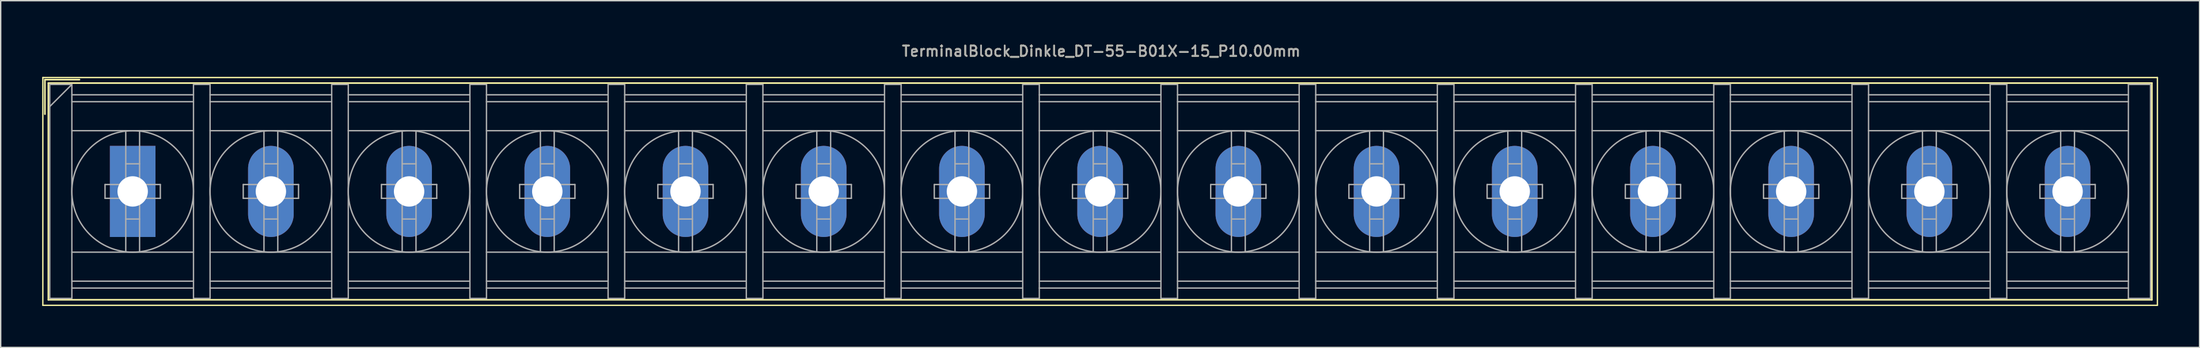
<source format=kicad_pcb>
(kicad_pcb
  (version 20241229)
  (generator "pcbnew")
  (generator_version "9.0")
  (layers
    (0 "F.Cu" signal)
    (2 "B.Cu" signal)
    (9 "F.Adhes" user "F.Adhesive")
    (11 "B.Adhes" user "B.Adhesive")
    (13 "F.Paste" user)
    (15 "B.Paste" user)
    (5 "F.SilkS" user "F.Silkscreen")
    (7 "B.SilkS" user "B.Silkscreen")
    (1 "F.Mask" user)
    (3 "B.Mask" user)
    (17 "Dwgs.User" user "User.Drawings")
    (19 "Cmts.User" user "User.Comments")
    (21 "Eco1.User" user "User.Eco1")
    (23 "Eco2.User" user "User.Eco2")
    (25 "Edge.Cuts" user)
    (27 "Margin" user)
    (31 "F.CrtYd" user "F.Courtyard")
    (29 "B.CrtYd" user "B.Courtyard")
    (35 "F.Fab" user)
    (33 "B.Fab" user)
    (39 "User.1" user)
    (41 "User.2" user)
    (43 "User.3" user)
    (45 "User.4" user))
  (footprint "TerminalBlock_Dinkle_DT-55-B01X-15_P10.00mm"
    (layer "F.Cu")
    (at 6.55 10.818)
    (property "Reference" "TerminalBlock_Dinkle_DT-55-B01X-15_P10.00mm" (at 70.08 -10.16 0) (layer "F.SilkS") (effects (font (size 0.75 0.75) (thickness 0.125))))
    (attr through_hole)
    (fp_line (start -6.5 -8.25) (end 146.5 -8.25) (stroke (width 0.1) (type solid)) (layer "F.SilkS"))
    (fp_line (start -6.5 8.25) (end -6.5 -8.25) (stroke (width 0.1) (type solid)) (layer "F.SilkS"))
    (fp_line (start -6.5 8.25) (end 146.5 8.25) (stroke (width 0.1) (type solid)) (layer "F.SilkS"))
    (fp_line (start -6.35 -8.1) (end -3.85 -8.1) (stroke (width 0.12) (type solid)) (layer "F.SilkS"))
    (fp_line (start -6.35 -5.6) (end -6.35 -8.1) (stroke (width 0.12) (type solid)) (layer "F.SilkS"))
    (fp_line (start -6.1 -7.85) (end 146.1 -7.85) (stroke (width 0.12) (type solid)) (layer "F.SilkS"))
    (fp_line (start -6.1 7.85) (end -6.1 -7.85) (stroke (width 0.12) (type solid)) (layer "F.SilkS"))
    (fp_line (start -6.1 7.85) (end 146.1 7.85) (stroke (width 0.12) (type solid)) (layer "F.SilkS"))
    (fp_line (start 146.1 -7.85) (end 146.1 7.85) (stroke (width 0.12) (type solid)) (layer "F.SilkS"))
    (fp_line (start 146.5 -8.25) (end 146.5 8.25) (stroke (width 0.1) (type solid)) (layer "F.SilkS"))
    (fp_line (start -6 -7.75) (end -6 7.75) (stroke (width 0.1) (type solid)) (layer "F.Fab"))
    (fp_line (start -6 -7.75) (end -4.4 -7.75) (stroke (width 0.1) (type solid)) (layer "F.Fab"))
    (fp_line (start -6 7.75) (end -4.4 7.75) (stroke (width 0.1) (type solid)) (layer "F.Fab"))
    (fp_line (start -4.4 -7.75) (end -6 -6.15) (stroke (width 0.1) (type solid)) (layer "F.Fab"))
    (fp_line (start -4.4 -7.75) (end -4.4 7.75) (stroke (width 0.1) (type solid)) (layer "F.Fab"))
    (fp_line (start -4.4 -7) (end 4.4 -7) (stroke (width 0.1) (type solid)) (layer "F.Fab"))
    (fp_line (start -4.4 -6.5) (end 4.4 -6.5) (stroke (width 0.1) (type solid)) (layer "F.Fab"))
    (fp_line (start -4.4 -4.4) (end 4.4 -4.4) (stroke (width 0.1) (type solid)) (layer "F.Fab"))
    (fp_line (start -4.4 4.4) (end 4.4 4.4) (stroke (width 0.1) (type solid)) (layer "F.Fab"))
    (fp_line (start -4.4 6.5) (end 4.4 6.5) (stroke (width 0.1) (type solid)) (layer "F.Fab"))
    (fp_line (start -4.4 7) (end 4.4 7) (stroke (width 0.1) (type solid)) (layer "F.Fab"))
    (fp_line (start -2 -0.5) (end -2 0.5) (stroke (width 0.1) (type solid)) (layer "F.Fab"))
    (fp_line (start -2 0.5) (end -0.5 0.5) (stroke (width 0.1) (type solid)) (layer "F.Fab"))
    (fp_line (start -0.5 -4.35) (end -0.5 -0.5) (stroke (width 0.1) (type solid)) (layer "F.Fab"))
    (fp_line (start -0.5 -2) (end 0.5 -2) (stroke (width 0.1) (type solid)) (layer "F.Fab"))
    (fp_line (start -0.5 -0.5) (end -2 -0.5) (stroke (width 0.1) (type solid)) (layer "F.Fab"))
    (fp_line (start -0.5 0.5) (end -0.5 4.35) (stroke (width 0.1) (type solid)) (layer "F.Fab"))
    (fp_line (start -0.5 2) (end 0.5 2) (stroke (width 0.1) (type solid)) (layer "F.Fab"))
    (fp_line (start 0.5 -4.35) (end 0.5 -0.5) (stroke (width 0.1) (type solid)) (layer "F.Fab"))
    (fp_line (start 0.5 -0.5) (end 2 -0.5) (stroke (width 0.1) (type solid)) (layer "F.Fab"))
    (fp_line (start 0.5 0.5) (end 0.5 4.35) (stroke (width 0.1) (type solid)) (layer "F.Fab"))
    (fp_line (start 2 -0.5) (end 2 0.5) (stroke (width 0.1) (type solid)) (layer "F.Fab"))
    (fp_line (start 2 0.5) (end 0.5 0.5) (stroke (width 0.1) (type solid)) (layer "F.Fab"))
    (fp_line (start 4.4 -7.75) (end 4.4 7.75) (stroke (width 0.1) (type solid)) (layer "F.Fab"))
    (fp_line (start 4.4 -7.75) (end 5.6 -7.75) (stroke (width 0.1) (type solid)) (layer "F.Fab"))
    (fp_line (start 4.4 7.75) (end 5.6 7.75) (stroke (width 0.1) (type solid)) (layer "F.Fab"))
    (fp_line (start 5.6 -7.75) (end 5.6 7.75) (stroke (width 0.1) (type solid)) (layer "F.Fab"))
    (fp_line (start 5.6 -7) (end 14.4 -7) (stroke (width 0.1) (type solid)) (layer "F.Fab"))
    (fp_line (start 5.6 -6.5) (end 14.4 -6.5) (stroke (width 0.1) (type solid)) (layer "F.Fab"))
    (fp_line (start 5.6 -4.4) (end 14.4 -4.4) (stroke (width 0.1) (type solid)) (layer "F.Fab"))
    (fp_line (start 5.6 4.4) (end 14.4 4.4) (stroke (width 0.1) (type solid)) (layer "F.Fab"))
    (fp_line (start 5.6 6.5) (end 14.4 6.5) (stroke (width 0.1) (type solid)) (layer "F.Fab"))
    (fp_line (start 5.6 7) (end 14.4 7) (stroke (width 0.1) (type solid)) (layer "F.Fab"))
    (fp_line (start 8 -0.5) (end 8 0.5) (stroke (width 0.1) (type solid)) (layer "F.Fab"))
    (fp_line (start 8 0.5) (end 9.5 0.5) (stroke (width 0.1) (type solid)) (layer "F.Fab"))
    (fp_line (start 9.5 -4.35) (end 9.5 -0.5) (stroke (width 0.1) (type solid)) (layer "F.Fab"))
    (fp_line (start 9.5 -2) (end 10.5 -2) (stroke (width 0.1) (type solid)) (layer "F.Fab"))
    (fp_line (start 9.5 -0.5) (end 8 -0.5) (stroke (width 0.1) (type solid)) (layer "F.Fab"))
    (fp_line (start 9.5 0.5) (end 9.5 4.35) (stroke (width 0.1) (type solid)) (layer "F.Fab"))
    (fp_line (start 9.5 2) (end 10.5 2) (stroke (width 0.1) (type solid)) (layer "F.Fab"))
    (fp_line (start 10.5 -4.35) (end 10.5 -0.5) (stroke (width 0.1) (type solid)) (layer "F.Fab"))
    (fp_line (start 10.5 -0.5) (end 12 -0.5) (stroke (width 0.1) (type solid)) (layer "F.Fab"))
    (fp_line (start 10.5 0.5) (end 10.5 4.35) (stroke (width 0.1) (type solid)) (layer "F.Fab"))
    (fp_line (start 12 -0.5) (end 12 0.5) (stroke (width 0.1) (type solid)) (layer "F.Fab"))
    (fp_line (start 12 0.5) (end 10.5 0.5) (stroke (width 0.1) (type solid)) (layer "F.Fab"))
    (fp_line (start 14.4 -7.75) (end 14.4 7.75) (stroke (width 0.1) (type solid)) (layer "F.Fab"))
    (fp_line (start 14.4 -7.75) (end 15.6 -7.75) (stroke (width 0.1) (type solid)) (layer "F.Fab"))
    (fp_line (start 14.4 7.75) (end 15.6 7.75) (stroke (width 0.1) (type solid)) (layer "F.Fab"))
    (fp_line (start 15.6 -7.75) (end 15.6 7.75) (stroke (width 0.1) (type solid)) (layer "F.Fab"))
    (fp_line (start 15.6 -7) (end 24.4 -7) (stroke (width 0.1) (type solid)) (layer "F.Fab"))
    (fp_line (start 15.6 -6.5) (end 24.4 -6.5) (stroke (width 0.1) (type solid)) (layer "F.Fab"))
    (fp_line (start 15.6 -4.4) (end 24.4 -4.4) (stroke (width 0.1) (type solid)) (layer "F.Fab"))
    (fp_line (start 15.6 4.4) (end 24.4 4.4) (stroke (width 0.1) (type solid)) (layer "F.Fab"))
    (fp_line (start 15.6 6.5) (end 24.4 6.5) (stroke (width 0.1) (type solid)) (layer "F.Fab"))
    (fp_line (start 15.6 7) (end 24.4 7) (stroke (width 0.1) (type solid)) (layer "F.Fab"))
    (fp_line (start 18 -0.5) (end 18 0.5) (stroke (width 0.1) (type solid)) (layer "F.Fab"))
    (fp_line (start 18 0.5) (end 19.5 0.5) (stroke (width 0.1) (type solid)) (layer "F.Fab"))
    (fp_line (start 19.5 -4.35) (end 19.5 -0.5) (stroke (width 0.1) (type solid)) (layer "F.Fab"))
    (fp_line (start 19.5 -2) (end 20.5 -2) (stroke (width 0.1) (type solid)) (layer "F.Fab"))
    (fp_line (start 19.5 -0.5) (end 18 -0.5) (stroke (width 0.1) (type solid)) (layer "F.Fab"))
    (fp_line (start 19.5 0.5) (end 19.5 4.35) (stroke (width 0.1) (type solid)) (layer "F.Fab"))
    (fp_line (start 19.5 2) (end 20.5 2) (stroke (width 0.1) (type solid)) (layer "F.Fab"))
    (fp_line (start 20.5 -4.35) (end 20.5 -0.5) (stroke (width 0.1) (type solid)) (layer "F.Fab"))
    (fp_line (start 20.5 -0.5) (end 22 -0.5) (stroke (width 0.1) (type solid)) (layer "F.Fab"))
    (fp_line (start 20.5 0.5) (end 20.5 4.35) (stroke (width 0.1) (type solid)) (layer "F.Fab"))
    (fp_line (start 22 -0.5) (end 22 0.5) (stroke (width 0.1) (type solid)) (layer "F.Fab"))
    (fp_line (start 22 0.5) (end 20.5 0.5) (stroke (width 0.1) (type solid)) (layer "F.Fab"))
    (fp_line (start 24.4 -7.75) (end 24.4 7.75) (stroke (width 0.1) (type solid)) (layer "F.Fab"))
    (fp_line (start 24.4 -7.75) (end 25.6 -7.75) (stroke (width 0.1) (type solid)) (layer "F.Fab"))
    (fp_line (start 24.4 7.75) (end 25.6 7.75) (stroke (width 0.1) (type solid)) (layer "F.Fab"))
    (fp_line (start 25.6 -7.75) (end 25.6 7.75) (stroke (width 0.1) (type solid)) (layer "F.Fab"))
    (fp_line (start 25.6 -7) (end 34.4 -7) (stroke (width 0.1) (type solid)) (layer "F.Fab"))
    (fp_line (start 25.6 -6.5) (end 34.4 -6.5) (stroke (width 0.1) (type solid)) (layer "F.Fab"))
    (fp_line (start 25.6 -4.4) (end 34.4 -4.4) (stroke (width 0.1) (type solid)) (layer "F.Fab"))
    (fp_line (start 25.6 4.4) (end 34.4 4.4) (stroke (width 0.1) (type solid)) (layer "F.Fab"))
    (fp_line (start 25.6 6.5) (end 34.4 6.5) (stroke (width 0.1) (type solid)) (layer "F.Fab"))
    (fp_line (start 25.6 7) (end 34.4 7) (stroke (width 0.1) (type solid)) (layer "F.Fab"))
    (fp_line (start 28 -0.5) (end 28 0.5) (stroke (width 0.1) (type solid)) (layer "F.Fab"))
    (fp_line (start 28 0.5) (end 29.5 0.5) (stroke (width 0.1) (type solid)) (layer "F.Fab"))
    (fp_line (start 29.5 -4.35) (end 29.5 -0.5) (stroke (width 0.1) (type solid)) (layer "F.Fab"))
    (fp_line (start 29.5 -2) (end 30.5 -2) (stroke (width 0.1) (type solid)) (layer "F.Fab"))
    (fp_line (start 29.5 -0.5) (end 28 -0.5) (stroke (width 0.1) (type solid)) (layer "F.Fab"))
    (fp_line (start 29.5 0.5) (end 29.5 4.35) (stroke (width 0.1) (type solid)) (layer "F.Fab"))
    (fp_line (start 29.5 2) (end 30.5 2) (stroke (width 0.1) (type solid)) (layer "F.Fab"))
    (fp_line (start 30.5 -4.35) (end 30.5 -0.5) (stroke (width 0.1) (type solid)) (layer "F.Fab"))
    (fp_line (start 30.5 -0.5) (end 32 -0.5) (stroke (width 0.1) (type solid)) (layer "F.Fab"))
    (fp_line (start 30.5 0.5) (end 30.5 4.35) (stroke (width 0.1) (type solid)) (layer "F.Fab"))
    (fp_line (start 32 -0.5) (end 32 0.5) (stroke (width 0.1) (type solid)) (layer "F.Fab"))
    (fp_line (start 32 0.5) (end 30.5 0.5) (stroke (width 0.1) (type solid)) (layer "F.Fab"))
    (fp_line (start 34.4 -7.75) (end 34.4 7.75) (stroke (width 0.1) (type solid)) (layer "F.Fab"))
    (fp_line (start 34.4 -7.75) (end 35.6 -7.75) (stroke (width 0.1) (type solid)) (layer "F.Fab"))
    (fp_line (start 34.4 7.75) (end 35.6 7.75) (stroke (width 0.1) (type solid)) (layer "F.Fab"))
    (fp_line (start 35.6 -7.75) (end 35.6 7.75) (stroke (width 0.1) (type solid)) (layer "F.Fab"))
    (fp_line (start 35.6 -7) (end 44.4 -7) (stroke (width 0.1) (type solid)) (layer "F.Fab"))
    (fp_line (start 35.6 -6.5) (end 44.4 -6.5) (stroke (width 0.1) (type solid)) (layer "F.Fab"))
    (fp_line (start 35.6 -4.4) (end 44.4 -4.4) (stroke (width 0.1) (type solid)) (layer "F.Fab"))
    (fp_line (start 35.6 4.4) (end 44.4 4.4) (stroke (width 0.1) (type solid)) (layer "F.Fab"))
    (fp_line (start 35.6 6.5) (end 44.4 6.5) (stroke (width 0.1) (type solid)) (layer "F.Fab"))
    (fp_line (start 35.6 7) (end 44.4 7) (stroke (width 0.1) (type solid)) (layer "F.Fab"))
    (fp_line (start 38 -0.5) (end 38 0.5) (stroke (width 0.1) (type solid)) (layer "F.Fab"))
    (fp_line (start 38 0.5) (end 39.5 0.5) (stroke (width 0.1) (type solid)) (layer "F.Fab"))
    (fp_line (start 39.5 -4.35) (end 39.5 -0.5) (stroke (width 0.1) (type solid)) (layer "F.Fab"))
    (fp_line (start 39.5 -2) (end 40.5 -2) (stroke (width 0.1) (type solid)) (layer "F.Fab"))
    (fp_line (start 39.5 -0.5) (end 38 -0.5) (stroke (width 0.1) (type solid)) (layer "F.Fab"))
    (fp_line (start 39.5 0.5) (end 39.5 4.35) (stroke (width 0.1) (type solid)) (layer "F.Fab"))
    (fp_line (start 39.5 2) (end 40.5 2) (stroke (width 0.1) (type solid)) (layer "F.Fab"))
    (fp_line (start 40.5 -4.35) (end 40.5 -0.5) (stroke (width 0.1) (type solid)) (layer "F.Fab"))
    (fp_line (start 40.5 -0.5) (end 42 -0.5) (stroke (width 0.1) (type solid)) (layer "F.Fab"))
    (fp_line (start 40.5 0.5) (end 40.5 4.35) (stroke (width 0.1) (type solid)) (layer "F.Fab"))
    (fp_line (start 42 -0.5) (end 42 0.5) (stroke (width 0.1) (type solid)) (layer "F.Fab"))
    (fp_line (start 42 0.5) (end 40.5 0.5) (stroke (width 0.1) (type solid)) (layer "F.Fab"))
    (fp_line (start 44.4 -7.75) (end 44.4 7.75) (stroke (width 0.1) (type solid)) (layer "F.Fab"))
    (fp_line (start 44.4 -7.75) (end 45.6 -7.75) (stroke (width 0.1) (type solid)) (layer "F.Fab"))
    (fp_line (start 44.4 7.75) (end 45.6 7.75) (stroke (width 0.1) (type solid)) (layer "F.Fab"))
    (fp_line (start 45.6 -7.75) (end 45.6 7.75) (stroke (width 0.1) (type solid)) (layer "F.Fab"))
    (fp_line (start 45.6 -7) (end 54.4 -7) (stroke (width 0.1) (type solid)) (layer "F.Fab"))
    (fp_line (start 45.6 -6.5) (end 54.4 -6.5) (stroke (width 0.1) (type solid)) (layer "F.Fab"))
    (fp_line (start 45.6 -4.4) (end 54.4 -4.4) (stroke (width 0.1) (type solid)) (layer "F.Fab"))
    (fp_line (start 45.6 4.4) (end 54.4 4.4) (stroke (width 0.1) (type solid)) (layer "F.Fab"))
    (fp_line (start 45.6 6.5) (end 54.4 6.5) (stroke (width 0.1) (type solid)) (layer "F.Fab"))
    (fp_line (start 45.6 7) (end 54.4 7) (stroke (width 0.1) (type solid)) (layer "F.Fab"))
    (fp_line (start 48 -0.5) (end 48 0.5) (stroke (width 0.1) (type solid)) (layer "F.Fab"))
    (fp_line (start 48 0.5) (end 49.5 0.5) (stroke (width 0.1) (type solid)) (layer "F.Fab"))
    (fp_line (start 49.5 -4.35) (end 49.5 -0.5) (stroke (width 0.1) (type solid)) (layer "F.Fab"))
    (fp_line (start 49.5 -2) (end 50.5 -2) (stroke (width 0.1) (type solid)) (layer "F.Fab"))
    (fp_line (start 49.5 -0.5) (end 48 -0.5) (stroke (width 0.1) (type solid)) (layer "F.Fab"))
    (fp_line (start 49.5 0.5) (end 49.5 4.35) (stroke (width 0.1) (type solid)) (layer "F.Fab"))
    (fp_line (start 49.5 2) (end 50.5 2) (stroke (width 0.1) (type solid)) (layer "F.Fab"))
    (fp_line (start 50.5 -4.35) (end 50.5 -0.5) (stroke (width 0.1) (type solid)) (layer "F.Fab"))
    (fp_line (start 50.5 -0.5) (end 52 -0.5) (stroke (width 0.1) (type solid)) (layer "F.Fab"))
    (fp_line (start 50.5 0.5) (end 50.5 4.35) (stroke (width 0.1) (type solid)) (layer "F.Fab"))
    (fp_line (start 52 -0.5) (end 52 0.5) (stroke (width 0.1) (type solid)) (layer "F.Fab"))
    (fp_line (start 52 0.5) (end 50.5 0.5) (stroke (width 0.1) (type solid)) (layer "F.Fab"))
    (fp_line (start 54.4 -7.75) (end 54.4 7.75) (stroke (width 0.1) (type solid)) (layer "F.Fab"))
    (fp_line (start 54.4 -7.75) (end 55.6 -7.75) (stroke (width 0.1) (type solid)) (layer "F.Fab"))
    (fp_line (start 54.4 7.75) (end 55.6 7.75) (stroke (width 0.1) (type solid)) (layer "F.Fab"))
    (fp_line (start 55.6 -7.75) (end 55.6 7.75) (stroke (width 0.1) (type solid)) (layer "F.Fab"))
    (fp_line (start 55.6 -7) (end 64.4 -7) (stroke (width 0.1) (type solid)) (layer "F.Fab"))
    (fp_line (start 55.6 -6.5) (end 64.4 -6.5) (stroke (width 0.1) (type solid)) (layer "F.Fab"))
    (fp_line (start 55.6 -4.4) (end 64.4 -4.4) (stroke (width 0.1) (type solid)) (layer "F.Fab"))
    (fp_line (start 55.6 4.4) (end 64.4 4.4) (stroke (width 0.1) (type solid)) (layer "F.Fab"))
    (fp_line (start 55.6 6.5) (end 64.4 6.5) (stroke (width 0.1) (type solid)) (layer "F.Fab"))
    (fp_line (start 55.6 7) (end 64.4 7) (stroke (width 0.1) (type solid)) (layer "F.Fab"))
    (fp_line (start 58 -0.5) (end 58 0.5) (stroke (width 0.1) (type solid)) (layer "F.Fab"))
    (fp_line (start 58 0.5) (end 59.5 0.5) (stroke (width 0.1) (type solid)) (layer "F.Fab"))
    (fp_line (start 59.5 -4.35) (end 59.5 -0.5) (stroke (width 0.1) (type solid)) (layer "F.Fab"))
    (fp_line (start 59.5 -2) (end 60.5 -2) (stroke (width 0.1) (type solid)) (layer "F.Fab"))
    (fp_line (start 59.5 -0.5) (end 58 -0.5) (stroke (width 0.1) (type solid)) (layer "F.Fab"))
    (fp_line (start 59.5 0.5) (end 59.5 4.35) (stroke (width 0.1) (type solid)) (layer "F.Fab"))
    (fp_line (start 59.5 2) (end 60.5 2) (stroke (width 0.1) (type solid)) (layer "F.Fab"))
    (fp_line (start 60.5 -4.35) (end 60.5 -0.5) (stroke (width 0.1) (type solid)) (layer "F.Fab"))
    (fp_line (start 60.5 -0.5) (end 62 -0.5) (stroke (width 0.1) (type solid)) (layer "F.Fab"))
    (fp_line (start 60.5 0.5) (end 60.5 4.35) (stroke (width 0.1) (type solid)) (layer "F.Fab"))
    (fp_line (start 62 -0.5) (end 62 0.5) (stroke (width 0.1) (type solid)) (layer "F.Fab"))
    (fp_line (start 62 0.5) (end 60.5 0.5) (stroke (width 0.1) (type solid)) (layer "F.Fab"))
    (fp_line (start 64.4 -7.75) (end 64.4 7.75) (stroke (width 0.1) (type solid)) (layer "F.Fab"))
    (fp_line (start 64.4 -7.75) (end 65.6 -7.75) (stroke (width 0.1) (type solid)) (layer "F.Fab"))
    (fp_line (start 64.4 7.75) (end 65.6 7.75) (stroke (width 0.1) (type solid)) (layer "F.Fab"))
    (fp_line (start 65.6 -7.75) (end 65.6 7.75) (stroke (width 0.1) (type solid)) (layer "F.Fab"))
    (fp_line (start 65.6 -7) (end 74.4 -7) (stroke (width 0.1) (type solid)) (layer "F.Fab"))
    (fp_line (start 65.6 -6.5) (end 74.4 -6.5) (stroke (width 0.1) (type solid)) (layer "F.Fab"))
    (fp_line (start 65.6 -4.4) (end 74.4 -4.4) (stroke (width 0.1) (type solid)) (layer "F.Fab"))
    (fp_line (start 65.6 4.4) (end 74.4 4.4) (stroke (width 0.1) (type solid)) (layer "F.Fab"))
    (fp_line (start 65.6 6.5) (end 74.4 6.5) (stroke (width 0.1) (type solid)) (layer "F.Fab"))
    (fp_line (start 65.6 7) (end 74.4 7) (stroke (width 0.1) (type solid)) (layer "F.Fab"))
    (fp_line (start 68 -0.5) (end 68 0.5) (stroke (width 0.1) (type solid)) (layer "F.Fab"))
    (fp_line (start 68 0.5) (end 69.5 0.5) (stroke (width 0.1) (type solid)) (layer "F.Fab"))
    (fp_line (start 69.5 -4.35) (end 69.5 -0.5) (stroke (width 0.1) (type solid)) (layer "F.Fab"))
    (fp_line (start 69.5 -2) (end 70.5 -2) (stroke (width 0.1) (type solid)) (layer "F.Fab"))
    (fp_line (start 69.5 -0.5) (end 68 -0.5) (stroke (width 0.1) (type solid)) (layer "F.Fab"))
    (fp_line (start 69.5 0.5) (end 69.5 4.35) (stroke (width 0.1) (type solid)) (layer "F.Fab"))
    (fp_line (start 69.5 2) (end 70.5 2) (stroke (width 0.1) (type solid)) (layer "F.Fab"))
    (fp_line (start 70.5 -4.35) (end 70.5 -0.5) (stroke (width 0.1) (type solid)) (layer "F.Fab"))
    (fp_line (start 70.5 -0.5) (end 72 -0.5) (stroke (width 0.1) (type solid)) (layer "F.Fab"))
    (fp_line (start 70.5 0.5) (end 70.5 4.35) (stroke (width 0.1) (type solid)) (layer "F.Fab"))
    (fp_line (start 72 -0.5) (end 72 0.5) (stroke (width 0.1) (type solid)) (layer "F.Fab"))
    (fp_line (start 72 0.5) (end 70.5 0.5) (stroke (width 0.1) (type solid)) (layer "F.Fab"))
    (fp_line (start 74.4 -7.75) (end 74.4 7.75) (stroke (width 0.1) (type solid)) (layer "F.Fab"))
    (fp_line (start 74.4 -7.75) (end 75.6 -7.75) (stroke (width 0.1) (type solid)) (layer "F.Fab"))
    (fp_line (start 74.4 7.75) (end 75.6 7.75) (stroke (width 0.1) (type solid)) (layer "F.Fab"))
    (fp_line (start 75.6 -7.75) (end 75.6 7.75) (stroke (width 0.1) (type solid)) (layer "F.Fab"))
    (fp_line (start 75.6 -7) (end 84.4 -7) (stroke (width 0.1) (type solid)) (layer "F.Fab"))
    (fp_line (start 75.6 -6.5) (end 84.4 -6.5) (stroke (width 0.1) (type solid)) (layer "F.Fab"))
    (fp_line (start 75.6 -4.4) (end 84.4 -4.4) (stroke (width 0.1) (type solid)) (layer "F.Fab"))
    (fp_line (start 75.6 4.4) (end 84.4 4.4) (stroke (width 0.1) (type solid)) (layer "F.Fab"))
    (fp_line (start 75.6 6.5) (end 84.4 6.5) (stroke (width 0.1) (type solid)) (layer "F.Fab"))
    (fp_line (start 75.6 7) (end 84.4 7) (stroke (width 0.1) (type solid)) (layer "F.Fab"))
    (fp_line (start 78 -0.5) (end 78 0.5) (stroke (width 0.1) (type solid)) (layer "F.Fab"))
    (fp_line (start 78 0.5) (end 79.5 0.5) (stroke (width 0.1) (type solid)) (layer "F.Fab"))
    (fp_line (start 79.5 -4.35) (end 79.5 -0.5) (stroke (width 0.1) (type solid)) (layer "F.Fab"))
    (fp_line (start 79.5 -2) (end 80.5 -2) (stroke (width 0.1) (type solid)) (layer "F.Fab"))
    (fp_line (start 79.5 -0.5) (end 78 -0.5) (stroke (width 0.1) (type solid)) (layer "F.Fab"))
    (fp_line (start 79.5 0.5) (end 79.5 4.35) (stroke (width 0.1) (type solid)) (layer "F.Fab"))
    (fp_line (start 79.5 2) (end 80.5 2) (stroke (width 0.1) (type solid)) (layer "F.Fab"))
    (fp_line (start 80.5 -4.35) (end 80.5 -0.5) (stroke (width 0.1) (type solid)) (layer "F.Fab"))
    (fp_line (start 80.5 -0.5) (end 82 -0.5) (stroke (width 0.1) (type solid)) (layer "F.Fab"))
    (fp_line (start 80.5 0.5) (end 80.5 4.35) (stroke (width 0.1) (type solid)) (layer "F.Fab"))
    (fp_line (start 82 -0.5) (end 82 0.5) (stroke (width 0.1) (type solid)) (layer "F.Fab"))
    (fp_line (start 82 0.5) (end 80.5 0.5) (stroke (width 0.1) (type solid)) (layer "F.Fab"))
    (fp_line (start 84.4 -7.75) (end 84.4 7.75) (stroke (width 0.1) (type solid)) (layer "F.Fab"))
    (fp_line (start 84.4 -7.75) (end 85.6 -7.75) (stroke (width 0.1) (type solid)) (layer "F.Fab"))
    (fp_line (start 84.4 7.75) (end 85.6 7.75) (stroke (width 0.1) (type solid)) (layer "F.Fab"))
    (fp_line (start 85.6 -7.75) (end 85.6 7.75) (stroke (width 0.1) (type solid)) (layer "F.Fab"))
    (fp_line (start 85.6 -7) (end 94.4 -7) (stroke (width 0.1) (type solid)) (layer "F.Fab"))
    (fp_line (start 85.6 -6.5) (end 94.4 -6.5) (stroke (width 0.1) (type solid)) (layer "F.Fab"))
    (fp_line (start 85.6 -4.4) (end 94.4 -4.4) (stroke (width 0.1) (type solid)) (layer "F.Fab"))
    (fp_line (start 85.6 4.4) (end 94.4 4.4) (stroke (width 0.1) (type solid)) (layer "F.Fab"))
    (fp_line (start 85.6 6.5) (end 94.4 6.5) (stroke (width 0.1) (type solid)) (layer "F.Fab"))
    (fp_line (start 85.6 7) (end 94.4 7) (stroke (width 0.1) (type solid)) (layer "F.Fab"))
    (fp_line (start 88 -0.5) (end 88 0.5) (stroke (width 0.1) (type solid)) (layer "F.Fab"))
    (fp_line (start 88 0.5) (end 89.5 0.5) (stroke (width 0.1) (type solid)) (layer "F.Fab"))
    (fp_line (start 89.5 -4.35) (end 89.5 -0.5) (stroke (width 0.1) (type solid)) (layer "F.Fab"))
    (fp_line (start 89.5 -2) (end 90.5 -2) (stroke (width 0.1) (type solid)) (layer "F.Fab"))
    (fp_line (start 89.5 -0.5) (end 88 -0.5) (stroke (width 0.1) (type solid)) (layer "F.Fab"))
    (fp_line (start 89.5 0.5) (end 89.5 4.35) (stroke (width 0.1) (type solid)) (layer "F.Fab"))
    (fp_line (start 89.5 2) (end 90.5 2) (stroke (width 0.1) (type solid)) (layer "F.Fab"))
    (fp_line (start 90.5 -4.35) (end 90.5 -0.5) (stroke (width 0.1) (type solid)) (layer "F.Fab"))
    (fp_line (start 90.5 -0.5) (end 92 -0.5) (stroke (width 0.1) (type solid)) (layer "F.Fab"))
    (fp_line (start 90.5 0.5) (end 90.5 4.35) (stroke (width 0.1) (type solid)) (layer "F.Fab"))
    (fp_line (start 92 -0.5) (end 92 0.5) (stroke (width 0.1) (type solid)) (layer "F.Fab"))
    (fp_line (start 92 0.5) (end 90.5 0.5) (stroke (width 0.1) (type solid)) (layer "F.Fab"))
    (fp_line (start 94.4 -7.75) (end 94.4 7.75) (stroke (width 0.1) (type solid)) (layer "F.Fab"))
    (fp_line (start 94.4 -7.75) (end 95.6 -7.75) (stroke (width 0.1) (type solid)) (layer "F.Fab"))
    (fp_line (start 94.4 7.75) (end 95.6 7.75) (stroke (width 0.1) (type solid)) (layer "F.Fab"))
    (fp_line (start 95.6 -7.75) (end 95.6 7.75) (stroke (width 0.1) (type solid)) (layer "F.Fab"))
    (fp_line (start 95.6 -7) (end 104.4 -7) (stroke (width 0.1) (type solid)) (layer "F.Fab"))
    (fp_line (start 95.6 -6.5) (end 104.4 -6.5) (stroke (width 0.1) (type solid)) (layer "F.Fab"))
    (fp_line (start 95.6 -4.4) (end 104.4 -4.4) (stroke (width 0.1) (type solid)) (layer "F.Fab"))
    (fp_line (start 95.6 4.4) (end 104.4 4.4) (stroke (width 0.1) (type solid)) (layer "F.Fab"))
    (fp_line (start 95.6 6.5) (end 104.4 6.5) (stroke (width 0.1) (type solid)) (layer "F.Fab"))
    (fp_line (start 95.6 7) (end 104.4 7) (stroke (width 0.1) (type solid)) (layer "F.Fab"))
    (fp_line (start 98 -0.5) (end 98 0.5) (stroke (width 0.1) (type solid)) (layer "F.Fab"))
    (fp_line (start 98 0.5) (end 99.5 0.5) (stroke (width 0.1) (type solid)) (layer "F.Fab"))
    (fp_line (start 99.5 -4.35) (end 99.5 -0.5) (stroke (width 0.1) (type solid)) (layer "F.Fab"))
    (fp_line (start 99.5 -2) (end 100.5 -2) (stroke (width 0.1) (type solid)) (layer "F.Fab"))
    (fp_line (start 99.5 -0.5) (end 98 -0.5) (stroke (width 0.1) (type solid)) (layer "F.Fab"))
    (fp_line (start 99.5 0.5) (end 99.5 4.35) (stroke (width 0.1) (type solid)) (layer "F.Fab"))
    (fp_line (start 99.5 2) (end 100.5 2) (stroke (width 0.1) (type solid)) (layer "F.Fab"))
    (fp_line (start 100.5 -4.35) (end 100.5 -0.5) (stroke (width 0.1) (type solid)) (layer "F.Fab"))
    (fp_line (start 100.5 -0.5) (end 102 -0.5) (stroke (width 0.1) (type solid)) (layer "F.Fab"))
    (fp_line (start 100.5 0.5) (end 100.5 4.35) (stroke (width 0.1) (type solid)) (layer "F.Fab"))
    (fp_line (start 102 -0.5) (end 102 0.5) (stroke (width 0.1) (type solid)) (layer "F.Fab"))
    (fp_line (start 102 0.5) (end 100.5 0.5) (stroke (width 0.1) (type solid)) (layer "F.Fab"))
    (fp_line (start 104.4 -7.75) (end 104.4 7.75) (stroke (width 0.1) (type solid)) (layer "F.Fab"))
    (fp_line (start 104.4 -7.75) (end 105.6 -7.75) (stroke (width 0.1) (type solid)) (layer "F.Fab"))
    (fp_line (start 104.4 7.75) (end 105.6 7.75) (stroke (width 0.1) (type solid)) (layer "F.Fab"))
    (fp_line (start 105.6 -7.75) (end 105.6 7.75) (stroke (width 0.1) (type solid)) (layer "F.Fab"))
    (fp_line (start 105.6 -7) (end 114.4 -7) (stroke (width 0.1) (type solid)) (layer "F.Fab"))
    (fp_line (start 105.6 -6.5) (end 114.4 -6.5) (stroke (width 0.1) (type solid)) (layer "F.Fab"))
    (fp_line (start 105.6 -4.4) (end 114.4 -4.4) (stroke (width 0.1) (type solid)) (layer "F.Fab"))
    (fp_line (start 105.6 4.4) (end 114.4 4.4) (stroke (width 0.1) (type solid)) (layer "F.Fab"))
    (fp_line (start 105.6 6.5) (end 114.4 6.5) (stroke (width 0.1) (type solid)) (layer "F.Fab"))
    (fp_line (start 105.6 7) (end 114.4 7) (stroke (width 0.1) (type solid)) (layer "F.Fab"))
    (fp_line (start 108 -0.5) (end 108 0.5) (stroke (width 0.1) (type solid)) (layer "F.Fab"))
    (fp_line (start 108 0.5) (end 109.5 0.5) (stroke (width 0.1) (type solid)) (layer "F.Fab"))
    (fp_line (start 109.5 -4.35) (end 109.5 -0.5) (stroke (width 0.1) (type solid)) (layer "F.Fab"))
    (fp_line (start 109.5 -2) (end 110.5 -2) (stroke (width 0.1) (type solid)) (layer "F.Fab"))
    (fp_line (start 109.5 -0.5) (end 108 -0.5) (stroke (width 0.1) (type solid)) (layer "F.Fab"))
    (fp_line (start 109.5 0.5) (end 109.5 4.35) (stroke (width 0.1) (type solid)) (layer "F.Fab"))
    (fp_line (start 109.5 2) (end 110.5 2) (stroke (width 0.1) (type solid)) (layer "F.Fab"))
    (fp_line (start 110.5 -4.35) (end 110.5 -0.5) (stroke (width 0.1) (type solid)) (layer "F.Fab"))
    (fp_line (start 110.5 -0.5) (end 112 -0.5) (stroke (width 0.1) (type solid)) (layer "F.Fab"))
    (fp_line (start 110.5 0.5) (end 110.5 4.35) (stroke (width 0.1) (type solid)) (layer "F.Fab"))
    (fp_line (start 112 -0.5) (end 112 0.5) (stroke (width 0.1) (type solid)) (layer "F.Fab"))
    (fp_line (start 112 0.5) (end 110.5 0.5) (stroke (width 0.1) (type solid)) (layer "F.Fab"))
    (fp_line (start 114.4 -7.75) (end 114.4 7.75) (stroke (width 0.1) (type solid)) (layer "F.Fab"))
    (fp_line (start 114.4 -7.75) (end 115.6 -7.75) (stroke (width 0.1) (type solid)) (layer "F.Fab"))
    (fp_line (start 114.4 7.75) (end 115.6 7.75) (stroke (width 0.1) (type solid)) (layer "F.Fab"))
    (fp_line (start 115.6 -7.75) (end 115.6 7.75) (stroke (width 0.1) (type solid)) (layer "F.Fab"))
    (fp_line (start 115.6 -7) (end 124.4 -7) (stroke (width 0.1) (type solid)) (layer "F.Fab"))
    (fp_line (start 115.6 -6.5) (end 124.4 -6.5) (stroke (width 0.1) (type solid)) (layer "F.Fab"))
    (fp_line (start 115.6 -4.4) (end 124.4 -4.4) (stroke (width 0.1) (type solid)) (layer "F.Fab"))
    (fp_line (start 115.6 4.4) (end 124.4 4.4) (stroke (width 0.1) (type solid)) (layer "F.Fab"))
    (fp_line (start 115.6 6.5) (end 124.4 6.5) (stroke (width 0.1) (type solid)) (layer "F.Fab"))
    (fp_line (start 115.6 7) (end 124.4 7) (stroke (width 0.1) (type solid)) (layer "F.Fab"))
    (fp_line (start 118 -0.5) (end 118 0.5) (stroke (width 0.1) (type solid)) (layer "F.Fab"))
    (fp_line (start 118 0.5) (end 119.5 0.5) (stroke (width 0.1) (type solid)) (layer "F.Fab"))
    (fp_line (start 119.5 -4.35) (end 119.5 -0.5) (stroke (width 0.1) (type solid)) (layer "F.Fab"))
    (fp_line (start 119.5 -2) (end 120.5 -2) (stroke (width 0.1) (type solid)) (layer "F.Fab"))
    (fp_line (start 119.5 -0.5) (end 118 -0.5) (stroke (width 0.1) (type solid)) (layer "F.Fab"))
    (fp_line (start 119.5 0.5) (end 119.5 4.35) (stroke (width 0.1) (type solid)) (layer "F.Fab"))
    (fp_line (start 119.5 2) (end 120.5 2) (stroke (width 0.1) (type solid)) (layer "F.Fab"))
    (fp_line (start 120.5 -4.35) (end 120.5 -0.5) (stroke (width 0.1) (type solid)) (layer "F.Fab"))
    (fp_line (start 120.5 -0.5) (end 122 -0.5) (stroke (width 0.1) (type solid)) (layer "F.Fab"))
    (fp_line (start 120.5 0.5) (end 120.5 4.35) (stroke (width 0.1) (type solid)) (layer "F.Fab"))
    (fp_line (start 122 -0.5) (end 122 0.5) (stroke (width 0.1) (type solid)) (layer "F.Fab"))
    (fp_line (start 122 0.5) (end 120.5 0.5) (stroke (width 0.1) (type solid)) (layer "F.Fab"))
    (fp_line (start 124.4 -7.75) (end 124.4 7.75) (stroke (width 0.1) (type solid)) (layer "F.Fab"))
    (fp_line (start 124.4 -7.75) (end 125.6 -7.75) (stroke (width 0.1) (type solid)) (layer "F.Fab"))
    (fp_line (start 124.4 7.75) (end 125.6 7.75) (stroke (width 0.1) (type solid)) (layer "F.Fab"))
    (fp_line (start 125.6 -7.75) (end 125.6 7.75) (stroke (width 0.1) (type solid)) (layer "F.Fab"))
    (fp_line (start 125.6 -7) (end 134.4 -7) (stroke (width 0.1) (type solid)) (layer "F.Fab"))
    (fp_line (start 125.6 -6.5) (end 134.4 -6.5) (stroke (width 0.1) (type solid)) (layer "F.Fab"))
    (fp_line (start 125.6 -4.4) (end 134.4 -4.4) (stroke (width 0.1) (type solid)) (layer "F.Fab"))
    (fp_line (start 125.6 4.4) (end 134.4 4.4) (stroke (width 0.1) (type solid)) (layer "F.Fab"))
    (fp_line (start 125.6 6.5) (end 134.4 6.5) (stroke (width 0.1) (type solid)) (layer "F.Fab"))
    (fp_line (start 125.6 7) (end 134.4 7) (stroke (width 0.1) (type solid)) (layer "F.Fab"))
    (fp_line (start 128 -0.5) (end 128 0.5) (stroke (width 0.1) (type solid)) (layer "F.Fab"))
    (fp_line (start 128 0.5) (end 129.5 0.5) (stroke (width 0.1) (type solid)) (layer "F.Fab"))
    (fp_line (start 129.5 -4.35) (end 129.5 -0.5) (stroke (width 0.1) (type solid)) (layer "F.Fab"))
    (fp_line (start 129.5 -2) (end 130.5 -2) (stroke (width 0.1) (type solid)) (layer "F.Fab"))
    (fp_line (start 129.5 -0.5) (end 128 -0.5) (stroke (width 0.1) (type solid)) (layer "F.Fab"))
    (fp_line (start 129.5 0.5) (end 129.5 4.35) (stroke (width 0.1) (type solid)) (layer "F.Fab"))
    (fp_line (start 129.5 2) (end 130.5 2) (stroke (width 0.1) (type solid)) (layer "F.Fab"))
    (fp_line (start 130.5 -4.35) (end 130.5 -0.5) (stroke (width 0.1) (type solid)) (layer "F.Fab"))
    (fp_line (start 130.5 -0.5) (end 132 -0.5) (stroke (width 0.1) (type solid)) (layer "F.Fab"))
    (fp_line (start 130.5 0.5) (end 130.5 4.35) (stroke (width 0.1) (type solid)) (layer "F.Fab"))
    (fp_line (start 132 -0.5) (end 132 0.5) (stroke (width 0.1) (type solid)) (layer "F.Fab"))
    (fp_line (start 132 0.5) (end 130.5 0.5) (stroke (width 0.1) (type solid)) (layer "F.Fab"))
    (fp_line (start 134.4 -7.75) (end 134.4 7.75) (stroke (width 0.1) (type solid)) (layer "F.Fab"))
    (fp_line (start 134.4 -7.75) (end 135.6 -7.75) (stroke (width 0.1) (type solid)) (layer "F.Fab"))
    (fp_line (start 134.4 7.75) (end 135.6 7.75) (stroke (width 0.1) (type solid)) (layer "F.Fab"))
    (fp_line (start 135.6 -7.75) (end 135.6 7.75) (stroke (width 0.1) (type solid)) (layer "F.Fab"))
    (fp_line (start 135.6 -7) (end 144.4 -7) (stroke (width 0.1) (type solid)) (layer "F.Fab"))
    (fp_line (start 135.6 -6.5) (end 144.4 -6.5) (stroke (width 0.1) (type solid)) (layer "F.Fab"))
    (fp_line (start 135.6 -4.4) (end 144.4 -4.4) (stroke (width 0.1) (type solid)) (layer "F.Fab"))
    (fp_line (start 135.6 4.4) (end 144.4 4.4) (stroke (width 0.1) (type solid)) (layer "F.Fab"))
    (fp_line (start 135.6 6.5) (end 144.4 6.5) (stroke (width 0.1) (type solid)) (layer "F.Fab"))
    (fp_line (start 135.6 7) (end 144.4 7) (stroke (width 0.1) (type solid)) (layer "F.Fab"))
    (fp_line (start 138 -0.5) (end 138 0.5) (stroke (width 0.1) (type solid)) (layer "F.Fab"))
    (fp_line (start 138 0.5) (end 139.5 0.5) (stroke (width 0.1) (type solid)) (layer "F.Fab"))
    (fp_line (start 139.5 -4.35) (end 139.5 -0.5) (stroke (width 0.1) (type solid)) (layer "F.Fab"))
    (fp_line (start 139.5 -2) (end 140.5 -2) (stroke (width 0.1) (type solid)) (layer "F.Fab"))
    (fp_line (start 139.5 -0.5) (end 138 -0.5) (stroke (width 0.1) (type solid)) (layer "F.Fab"))
    (fp_line (start 139.5 0.5) (end 139.5 4.35) (stroke (width 0.1) (type solid)) (layer "F.Fab"))
    (fp_line (start 139.5 2) (end 140.5 2) (stroke (width 0.1) (type solid)) (layer "F.Fab"))
    (fp_line (start 140.5 -4.35) (end 140.5 -0.5) (stroke (width 0.1) (type solid)) (layer "F.Fab"))
    (fp_line (start 140.5 -0.5) (end 142 -0.5) (stroke (width 0.1) (type solid)) (layer "F.Fab"))
    (fp_line (start 140.5 0.5) (end 140.5 4.35) (stroke (width 0.1) (type solid)) (layer "F.Fab"))
    (fp_line (start 142 -0.5) (end 142 0.5) (stroke (width 0.1) (type solid)) (layer "F.Fab"))
    (fp_line (start 142 0.5) (end 140.5 0.5) (stroke (width 0.1) (type solid)) (layer "F.Fab"))
    (fp_line (start 144.4 -7.75) (end 144.4 7.75) (stroke (width 0.1) (type solid)) (layer "F.Fab"))
    (fp_line (start 144.4 -7.75) (end 146 -7.75) (stroke (width 0.1) (type solid)) (layer "F.Fab"))
    (fp_line (start 144.4 7.75) (end 146 7.75) (stroke (width 0.1) (type solid)) (layer "F.Fab"))
    (fp_line (start 146 -7.75) (end 146 7.75) (stroke (width 0.1) (type solid)) (layer "F.Fab"))
    (fp_circle (center 0 0) (end 0.5 0.5) (stroke (width 0.1) (type solid)) (fill no) (layer "F.Fab"))
    (fp_circle (center 0 0) (end 4.4 0) (stroke (width 0.1) (type solid)) (fill no) (layer "F.Fab"))
    (fp_circle (center 10 0) (end 10.5 0.5) (stroke (width 0.1) (type solid)) (fill no) (layer "F.Fab"))
    (fp_circle (center 10 0) (end 14.4 0) (stroke (width 0.1) (type solid)) (fill no) (layer "F.Fab"))
    (fp_circle (center 20 0) (end 20.5 0.5) (stroke (width 0.1) (type solid)) (fill no) (layer "F.Fab"))
    (fp_circle (center 20 0) (end 24.4 0) (stroke (width 0.1) (type solid)) (fill no) (layer "F.Fab"))
    (fp_circle (center 30 0) (end 30.5 0.5) (stroke (width 0.1) (type solid)) (fill no) (layer "F.Fab"))
    (fp_circle (center 30 0) (end 34.4 0) (stroke (width 0.1) (type solid)) (fill no) (layer "F.Fab"))
    (fp_circle (center 40 0) (end 40.5 0.5) (stroke (width 0.1) (type solid)) (fill no) (layer "F.Fab"))
    (fp_circle (center 40 0) (end 44.4 0) (stroke (width 0.1) (type solid)) (fill no) (layer "F.Fab"))
    (fp_circle (center 50 0) (end 50.5 0.5) (stroke (width 0.1) (type solid)) (fill no) (layer "F.Fab"))
    (fp_circle (center 50 0) (end 54.4 0) (stroke (width 0.1) (type solid)) (fill no) (layer "F.Fab"))
    (fp_circle (center 60 0) (end 60.5 0.5) (stroke (width 0.1) (type solid)) (fill no) (layer "F.Fab"))
    (fp_circle (center 60 0) (end 64.4 0) (stroke (width 0.1) (type solid)) (fill no) (layer "F.Fab"))
    (fp_circle (center 70 0) (end 70.5 0.5) (stroke (width 0.1) (type solid)) (fill no) (layer "F.Fab"))
    (fp_circle (center 70 0) (end 74.4 0) (stroke (width 0.1) (type solid)) (fill no) (layer "F.Fab"))
    (fp_circle (center 80 0) (end 80.5 0.5) (stroke (width 0.1) (type solid)) (fill no) (layer "F.Fab"))
    (fp_circle (center 80 0) (end 84.4 0) (stroke (width 0.1) (type solid)) (fill no) (layer "F.Fab"))
    (fp_circle (center 90 0) (end 90.5 0.5) (stroke (width 0.1) (type solid)) (fill no) (layer "F.Fab"))
    (fp_circle (center 90 0) (end 94.4 0) (stroke (width 0.1) (type solid)) (fill no) (layer "F.Fab"))
    (fp_circle (center 100 0) (end 100.5 0.5) (stroke (width 0.1) (type solid)) (fill no) (layer "F.Fab"))
    (fp_circle (center 100 0) (end 104.4 0) (stroke (width 0.1) (type solid)) (fill no) (layer "F.Fab"))
    (fp_circle (center 110 0) (end 110.5 0.5) (stroke (width 0.1) (type solid)) (fill no) (layer "F.Fab"))
    (fp_circle (center 110 0) (end 114.4 0) (stroke (width 0.1) (type solid)) (fill no) (layer "F.Fab"))
    (fp_circle (center 120 0) (end 120.5 0.5) (stroke (width 0.1) (type solid)) (fill no) (layer "F.Fab"))
    (fp_circle (center 120 0) (end 124.4 0) (stroke (width 0.1) (type solid)) (fill no) (layer "F.Fab"))
    (fp_circle (center 130 0) (end 130.5 0.5) (stroke (width 0.1) (type solid)) (fill no) (layer "F.Fab"))
    (fp_circle (center 130 0) (end 134.4 0) (stroke (width 0.1) (type solid)) (fill no) (layer "F.Fab"))
    (fp_circle (center 140 0) (end 140.5 0.5) (stroke (width 0.1) (type solid)) (fill no) (layer "F.Fab"))
    (fp_circle (center 140 0) (end 144.4 0) (stroke (width 0.1) (type solid)) (fill no) (layer "F.Fab"))
    (fp_text user "${REFERENCE}" (at 70.08 -10.16 0) (layer "F.Fab") (effects (font (size 0.75 0.75) (thickness 0.125))))
    (pad "1" thru_hole rect (at 0 0) (size 3.3 6.6) (drill 2.2) (layers "*.Cu" "*.Mask"))
    (pad "2" thru_hole oval (at 10 0) (size 3.3 6.6) (drill 2.2) (layers "*.Cu" "*.Mask"))
    (pad "3" thru_hole oval (at 20 0) (size 3.3 6.6) (drill 2.2) (layers "*.Cu" "*.Mask"))
    (pad "4" thru_hole oval (at 30 0) (size 3.3 6.6) (drill 2.2) (layers "*.Cu" "*.Mask"))
    (pad "5" thru_hole oval (at 40 0) (size 3.3 6.6) (drill 2.2) (layers "*.Cu" "*.Mask"))
    (pad "6" thru_hole oval (at 50 0) (size 3.3 6.6) (drill 2.2) (layers "*.Cu" "*.Mask"))
    (pad "7" thru_hole oval (at 60 0) (size 3.3 6.6) (drill 2.2) (layers "*.Cu" "*.Mask"))
    (pad "8" thru_hole oval (at 70 0) (size 3.3 6.6) (drill 2.2) (layers "*.Cu" "*.Mask"))
    (pad "9" thru_hole oval (at 80 0) (size 3.3 6.6) (drill 2.2) (layers "*.Cu" "*.Mask"))
    (pad "10" thru_hole oval (at 90 0) (size 3.3 6.6) (drill 2.2) (layers "*.Cu" "*.Mask"))
    (pad "11" thru_hole oval (at 100 0) (size 3.3 6.6) (drill 2.2) (layers "*.Cu" "*.Mask"))
    (pad "12" thru_hole oval (at 110 0) (size 3.3 6.6) (drill 2.2) (layers "*.Cu" "*.Mask"))
    (pad "13" thru_hole oval (at 120 0) (size 3.3 6.6) (drill 2.2) (layers "*.Cu" "*.Mask"))
    (pad "14" thru_hole oval (at 130 0) (size 3.3 6.6) (drill 2.2) (layers "*.Cu" "*.Mask"))
    (pad "15" thru_hole oval (at 140 0) (size 3.3 6.6) (drill 2.2) (layers "*.Cu" "*.Mask")))
  (gr_rect
    (start -3 -3)
    (end 156.1 22.118)
    (stroke (width 0.1) (type default))
    (fill no)
    (layer "Edge.Cuts")))
</source>
